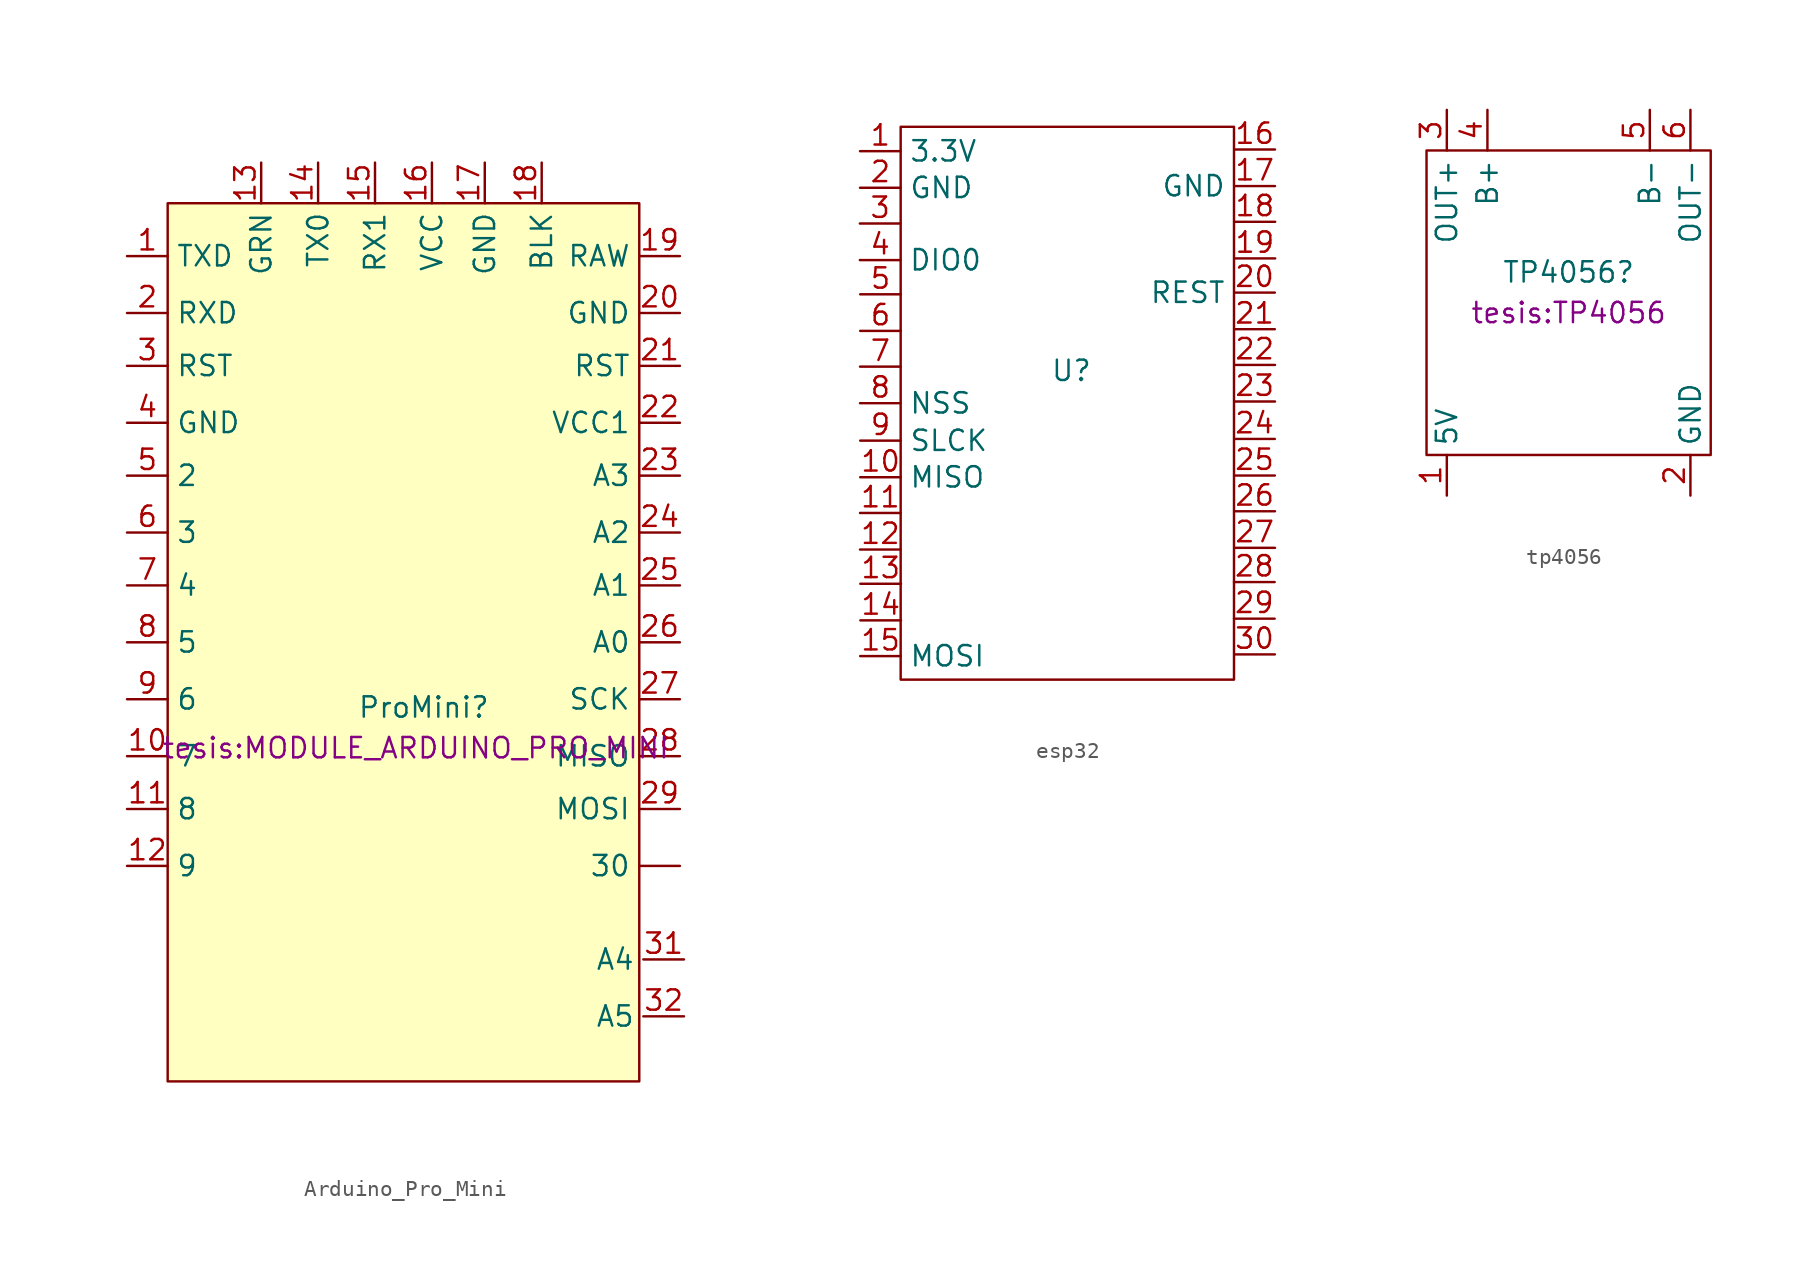
<source format=kicad_sym>
(kicad_symbol_lib
  (version 20220914)
  (generator kicad_symbol_editor)
  (symbol "Arduino_Pro_Mini"
    (property "Reference" "ProMini"
      (at 1.016 -5.08 0)
      (effects (font (size 1.27 1.27))))
    (property "Value" ""
      (at 1.016 -5.08 0)
      (effects (font (size 1.27 1.27))))
    (property "Footprint" "tesis:MODULE_ARDUINO_PRO_MINI"
      (at 0.508 -7.62 0)
      (effects (font (size 1.27 1.27))))
    (symbol "Arduino_Pro_Mini_1_1"
      (rectangle (start -14.986 26.416) (end 14.478 -28.448) (stroke (width 0) (type default)) (fill (type background)))
      (pin input line (at 17.018 -14.986 180) (length 2.54) (name "30" (effects (font (size 1.27 1.27)))) (number "" (effects (font (size 1.27 1.27)))))
      (pin input line (at -17.526 23.114 0) (length 2.54) (name "TXD" (effects (font (size 1.27 1.27)))) (number "1" (effects (font (size 1.27 1.27)))))
      (pin input line (at -17.526 -8.128 0) (length 2.54) (name "7" (effects (font (size 1.27 1.27)))) (number "10" (effects (font (size 1.27 1.27)))))
      (pin input line (at -17.526 -11.43 0) (length 2.54) (name "8" (effects (font (size 1.27 1.27)))) (number "11" (effects (font (size 1.27 1.27)))))
      (pin input line (at -17.526 -14.986 0) (length 2.54) (name "9" (effects (font (size 1.27 1.27)))) (number "12" (effects (font (size 1.27 1.27)))))
      (pin input line (at -9.144 28.956 270) (length 2.54) (name "GRN" (effects (font (size 1.27 1.27)))) (number "13" (effects (font (size 1.27 1.27)))))
      (pin input line (at -5.588 28.956 270) (length 2.54) (name "TX0" (effects (font (size 1.27 1.27)))) (number "14" (effects (font (size 1.27 1.27)))))
      (pin input line (at -2.032 28.956 270) (length 2.54) (name "RX1" (effects (font (size 1.27 1.27)))) (number "15" (effects (font (size 1.27 1.27)))))
      (pin input line (at 1.524 28.956 270) (length 2.54) (name "VCC" (effects (font (size 1.27 1.27)))) (number "16" (effects (font (size 1.27 1.27)))))
      (pin input line (at 4.826 28.956 270) (length 2.54) (name "GND" (effects (font (size 1.27 1.27)))) (number "17" (effects (font (size 1.27 1.27)))))
      (pin input line (at 8.382 28.956 270) (length 2.54) (name "BLK" (effects (font (size 1.27 1.27)))) (number "18" (effects (font (size 1.27 1.27)))))
      (pin input line (at 17.018 23.114 180) (length 2.54) (name "RAW" (effects (font (size 1.27 1.27)))) (number "19" (effects (font (size 1.27 1.27)))))
      (pin input line (at -17.526 19.558 0) (length 2.54) (name "RXD" (effects (font (size 1.27 1.27)))) (number "2" (effects (font (size 1.27 1.27)))))
      (pin input line (at 17.018 19.558 180) (length 2.54) (name "GND" (effects (font (size 1.27 1.27)))) (number "20" (effects (font (size 1.27 1.27)))))
      (pin input line (at 17.018 16.256 180) (length 2.54) (name "RST" (effects (font (size 1.27 1.27)))) (number "21" (effects (font (size 1.27 1.27)))))
      (pin input line (at 17.018 12.7 180) (length 2.54) (name "VCC1" (effects (font (size 1.27 1.27)))) (number "22" (effects (font (size 1.27 1.27)))))
      (pin input line (at 17.018 9.398 180) (length 2.54) (name "A3" (effects (font (size 1.27 1.27)))) (number "23" (effects (font (size 1.27 1.27)))))
      (pin input line (at 17.018 5.842 180) (length 2.54) (name "A2" (effects (font (size 1.27 1.27)))) (number "24" (effects (font (size 1.27 1.27)))))
      (pin input line (at 17.018 2.54 180) (length 2.54) (name "A1" (effects (font (size 1.27 1.27)))) (number "25" (effects (font (size 1.27 1.27)))))
      (pin input line (at 17.018 -1.016 180) (length 2.54) (name "A0" (effects (font (size 1.27 1.27)))) (number "26" (effects (font (size 1.27 1.27)))))
      (pin input line (at 17.018 -4.572 180) (length 2.54) (name "SCK" (effects (font (size 1.27 1.27)))) (number "27" (effects (font (size 1.27 1.27)))))
      (pin input line (at 17.018 -8.128 180) (length 2.54) (name "MISO" (effects (font (size 1.27 1.27)))) (number "28" (effects (font (size 1.27 1.27)))))
      (pin input line (at 17.018 -11.43 180) (length 2.54) (name "MOSI" (effects (font (size 1.27 1.27)))) (number "29" (effects (font (size 1.27 1.27)))))
      (pin input line (at -17.526 16.256 0) (length 2.54) (name "RST" (effects (font (size 1.27 1.27)))) (number "3" (effects (font (size 1.27 1.27)))))
      (pin input line (at 17.272 -20.828 180) (length 2.54) (name "A4" (effects (font (size 1.27 1.27)))) (number "31" (effects (font (size 1.27 1.27)))))
      (pin input line (at 17.272 -24.384 180) (length 2.54) (name "A5" (effects (font (size 1.27 1.27)))) (number "32" (effects (font (size 1.27 1.27)))))
      (pin input line (at -17.526 12.7 0) (length 2.54) (name "GND" (effects (font (size 1.27 1.27)))) (number "4" (effects (font (size 1.27 1.27)))))
      (pin input line (at -17.526 9.398 0) (length 2.54) (name "2" (effects (font (size 1.27 1.27)))) (number "5" (effects (font (size 1.27 1.27)))))
      (pin input line (at -17.526 5.842 0) (length 2.54) (name "3" (effects (font (size 1.27 1.27)))) (number "6" (effects (font (size 1.27 1.27)))))
      (pin input line (at -17.526 2.54 0) (length 2.54) (name "4" (effects (font (size 1.27 1.27)))) (number "7" (effects (font (size 1.27 1.27)))))
      (pin input line (at -17.526 -1.016 0) (length 2.54) (name "5" (effects (font (size 1.27 1.27)))) (number "8" (effects (font (size 1.27 1.27)))))
      (pin input line (at -17.526 -4.572 0) (length 2.54) (name "6" (effects (font (size 1.27 1.27)))) (number "9" (effects (font (size 1.27 1.27)))))))
  (symbol "esp32"
    (property "Reference" "U"
      (at 0 0 0)
      (effects (font (size 1.27 1.27))))
    (property "Value" ""
      (at 0 0 0)
      (effects (font (size 1.27 1.27))))
    (symbol "esp32_0_1"
      (rectangle (start -10.668 15.24) (end 10.16 -19.304) (stroke (width 0) (type default)) (fill (type none))))
    (symbol "esp32_1_1"
      (pin input line (at -13.208 13.716 0) (length 2.54) (name "3.3V" (effects (font (size 1.27 1.27)))) (number "1" (effects (font (size 1.27 1.27)))))
      (pin input line (at -13.197 -6.657 0) (length 2.54) (name "MISO" (effects (font (size 1.27 1.27)))) (number "10" (effects (font (size 1.27 1.27)))))
      (pin input line (at -13.208 -8.89 0) (length 2.54) (name "" (effects (font (size 1.27 1.27)))) (number "11" (effects (font (size 1.27 1.27)))))
      (pin input line (at -13.208 -11.176 0) (length 2.54) (name "" (effects (font (size 1.27 1.27)))) (number "12" (effects (font (size 1.27 1.27)))))
      (pin input line (at -13.187 -13.314 0) (length 2.54) (name "" (effects (font (size 1.27 1.27)))) (number "13" (effects (font (size 1.27 1.27)))))
      (pin input line (at -13.187 -15.6 0) (length 2.54) (name "" (effects (font (size 1.27 1.27)))) (number "14" (effects (font (size 1.27 1.27)))))
      (pin input line (at -13.197 -17.833 0) (length 2.54) (name "MOSI" (effects (font (size 1.27 1.27)))) (number "15" (effects (font (size 1.27 1.27)))))
      (pin input line (at 12.721 13.822 180) (length 2.54) (name "" (effects (font (size 1.27 1.27)))) (number "16" (effects (font (size 1.27 1.27)))))
      (pin input line (at 12.721 11.536 180) (length 2.54) (name "GND" (effects (font (size 1.27 1.27)))) (number "17" (effects (font (size 1.27 1.27)))))
      (pin input line (at 12.732 9.303 180) (length 2.54) (name "" (effects (font (size 1.27 1.27)))) (number "18" (effects (font (size 1.27 1.27)))))
      (pin input line (at 12.732 7.017 180) (length 2.54) (name "" (effects (font (size 1.27 1.27)))) (number "19" (effects (font (size 1.27 1.27)))))
      (pin input line (at -13.208 11.43 0) (length 2.54) (name "GND" (effects (font (size 1.27 1.27)))) (number "2" (effects (font (size 1.27 1.27)))))
      (pin input line (at 12.711 4.879 180) (length 2.54) (name "REST" (effects (font (size 1.27 1.27)))) (number "20" (effects (font (size 1.27 1.27)))))
      (pin input line (at 12.711 2.593 180) (length 2.54) (name "" (effects (font (size 1.27 1.27)))) (number "21" (effects (font (size 1.27 1.27)))))
      (pin input line (at 12.721 0.36 180) (length 2.54) (name "" (effects (font (size 1.27 1.27)))) (number "22" (effects (font (size 1.27 1.27)))))
      (pin input line (at 12.721 -1.926 180) (length 2.54) (name "" (effects (font (size 1.27 1.27)))) (number "23" (effects (font (size 1.27 1.27)))))
      (pin input line (at 12.711 -4.265 180) (length 2.54) (name "" (effects (font (size 1.27 1.27)))) (number "24" (effects (font (size 1.27 1.27)))))
      (pin input line (at 12.711 -6.551 180) (length 2.54) (name "" (effects (font (size 1.27 1.27)))) (number "25" (effects (font (size 1.27 1.27)))))
      (pin input line (at 12.721 -8.784 180) (length 2.54) (name "" (effects (font (size 1.27 1.27)))) (number "26" (effects (font (size 1.27 1.27)))))
      (pin input line (at 12.721 -11.07 180) (length 2.54) (name "" (effects (font (size 1.27 1.27)))) (number "27" (effects (font (size 1.27 1.27)))))
      (pin input line (at 12.7 -13.208 180) (length 2.54) (name "" (effects (font (size 1.27 1.27)))) (number "28" (effects (font (size 1.27 1.27)))))
      (pin input line (at 12.7 -15.494 180) (length 2.54) (name "" (effects (font (size 1.27 1.27)))) (number "29" (effects (font (size 1.27 1.27)))))
      (pin input line (at -13.219 9.197 0) (length 2.54) (name "" (effects (font (size 1.27 1.27)))) (number "3" (effects (font (size 1.27 1.27)))))
      (pin input line (at 12.711 -17.727 180) (length 2.54) (name "" (effects (font (size 1.27 1.27)))) (number "30" (effects (font (size 1.27 1.27)))))
      (pin input line (at -13.219 6.911 0) (length 2.54) (name "DIO0" (effects (font (size 1.27 1.27)))) (number "4" (effects (font (size 1.27 1.27)))))
      (pin input line (at -13.197 4.773 0) (length 2.54) (name "" (effects (font (size 1.27 1.27)))) (number "5" (effects (font (size 1.27 1.27)))))
      (pin input line (at -13.197 2.487 0) (length 2.54) (name "" (effects (font (size 1.27 1.27)))) (number "6" (effects (font (size 1.27 1.27)))))
      (pin input line (at -13.208 0.254 0) (length 2.54) (name "" (effects (font (size 1.27 1.27)))) (number "7" (effects (font (size 1.27 1.27)))))
      (pin input line (at -13.208 -2.032 0) (length 2.54) (name "NSS" (effects (font (size 1.27 1.27)))) (number "8" (effects (font (size 1.27 1.27)))))
      (pin input line (at -13.197 -4.371 0) (length 2.54) (name "SLCK" (effects (font (size 1.27 1.27)))) (number "9" (effects (font (size 1.27 1.27)))))))
  (symbol "tp4056"
    (property "Reference" "TP4056"
      (at 0 0 0)
      (effects (font (size 1.27 1.27))))
    (property "Value" ""
      (at 0 0 0)
      (effects (font (size 1.27 1.27))))
    (property "Footprint" "tesis:TP4056"
      (at 0 -2.54 0)
      (effects (font (size 1.27 1.27))))
    (symbol "tp4056_0_1"
      (rectangle (start -8.89 7.62) (end 8.89 -11.43) (stroke (width 0) (type default)) (fill (type none))))
    (symbol "tp4056_1_1"
      (pin input line (at -7.62 -13.97 90) (length 2.54) (name "5V" (effects (font (size 1.27 1.27)))) (number "1" (effects (font (size 1.27 1.27)))))
      (pin input line (at 7.62 -13.97 90) (length 2.54) (name "GND" (effects (font (size 1.27 1.27)))) (number "2" (effects (font (size 1.27 1.27)))))
      (pin input line (at -7.62 10.16 270) (length 2.54) (name "OUT+" (effects (font (size 1.27 1.27)))) (number "3" (effects (font (size 1.27 1.27)))))
      (pin input line (at -5.08 10.16 270) (length 2.54) (name "B+" (effects (font (size 1.27 1.27)))) (number "4" (effects (font (size 1.27 1.27)))))
      (pin input line (at 5.08 10.16 270) (length 2.54) (name "B-" (effects (font (size 1.27 1.27)))) (number "5" (effects (font (size 1.27 1.27)))))
      (pin input line (at 7.62 10.16 270) (length 2.54) (name "OUT-" (effects (font (size 1.27 1.27)))) (number "6" (effects (font (size 1.27 1.27))))))))
</source>
